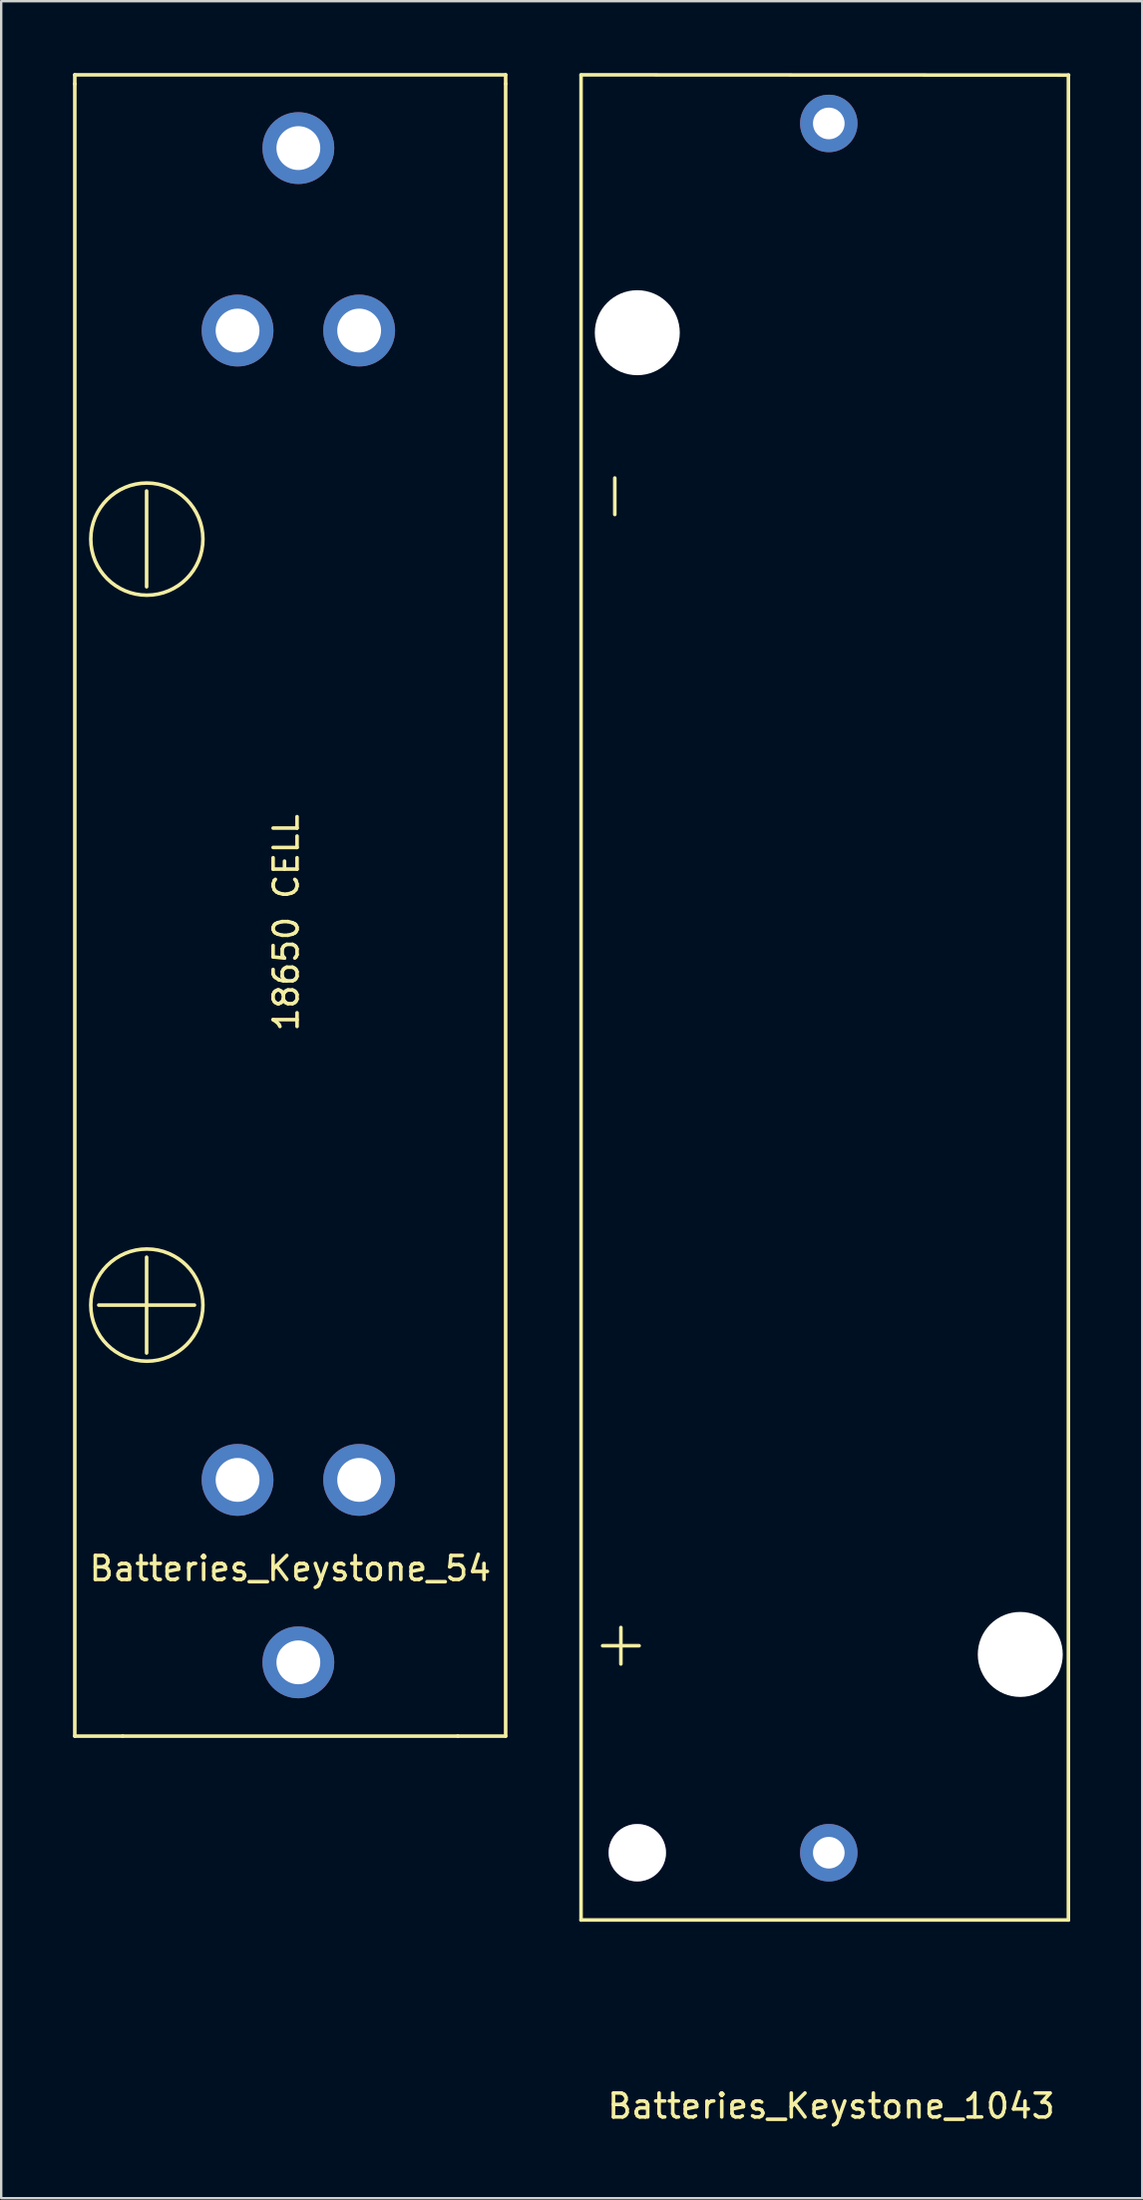
<source format=kicad_pcb>
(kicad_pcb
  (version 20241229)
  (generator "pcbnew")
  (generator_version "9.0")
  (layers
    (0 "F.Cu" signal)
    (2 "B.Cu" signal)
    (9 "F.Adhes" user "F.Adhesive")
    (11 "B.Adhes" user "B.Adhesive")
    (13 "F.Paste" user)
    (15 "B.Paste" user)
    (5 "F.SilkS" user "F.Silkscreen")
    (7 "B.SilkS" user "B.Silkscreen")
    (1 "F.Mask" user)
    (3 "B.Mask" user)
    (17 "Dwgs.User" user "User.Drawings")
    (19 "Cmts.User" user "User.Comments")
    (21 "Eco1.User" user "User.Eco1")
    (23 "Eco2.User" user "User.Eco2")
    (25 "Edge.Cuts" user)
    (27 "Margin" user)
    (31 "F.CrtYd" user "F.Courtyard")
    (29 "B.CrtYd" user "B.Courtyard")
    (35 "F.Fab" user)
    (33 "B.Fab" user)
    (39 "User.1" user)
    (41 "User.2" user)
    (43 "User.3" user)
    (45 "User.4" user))
  (footprint "Batteries_Keystone_54"
    (layer "F.Cu")
    (at 9.075 35.455)
    (property "Reference" "Batteries_Keystone_54" (at 0 27 0) (layer "F.SilkS") (effects (font (size 1 1) (thickness 0.15))))
    (attr through_hole)
    (fp_line (start -9 -35.38) (end -9 -35) (stroke (width 0.15) (type solid)) (layer "F.SilkS"))
    (fp_line (start -9 -35.38) (end 9 -35.38) (stroke (width 0.15) (type solid)) (layer "F.SilkS"))
    (fp_line (start -9 34) (end -9 -35) (stroke (width 0.15) (type solid)) (layer "F.SilkS"))
    (fp_line (start -7 34) (end -9 34) (stroke (width 0.15) (type solid)) (layer "F.SilkS"))
    (fp_line (start -7 34) (end 7 34) (stroke (width 0.15) (type solid)) (layer "F.SilkS"))
    (fp_line (start -6 -18) (end -6 -14) (stroke (width 0.15) (type solid)) (layer "F.SilkS"))
    (fp_line (start -6 16) (end -8 16) (stroke (width 0.15) (type solid)) (layer "F.SilkS"))
    (fp_line (start -6 16) (end -4 16) (stroke (width 0.15) (type solid)) (layer "F.SilkS"))
    (fp_line (start -6 18) (end -6 14) (stroke (width 0.15) (type solid)) (layer "F.SilkS"))
    (fp_line (start 7 34) (end 9 34) (stroke (width 0.15) (type solid)) (layer "F.SilkS"))
    (fp_line (start 9 -35.38) (end 9 -35.01) (stroke (width 0.15) (type solid)) (layer "F.SilkS"))
    (fp_line (start 9 -35) (end 9 34) (stroke (width 0.15) (type solid)) (layer "F.SilkS"))
    (fp_circle (center -5.99 -15.99) (end -4.62 -14.09) (stroke (width 0.15) (type solid)) (fill no) (layer "F.SilkS"))
    (fp_circle (center -5.99 16) (end -4.62 17.9) (stroke (width 0.15) (type solid)) (fill no) (layer "F.SilkS"))
    (fp_text user "18650 CELL" (at -0.17 0.03 90) (layer "F.SilkS") (effects (font (size 1 1) (thickness 0.15))))
    (pad "1" thru_hole circle (at -2.2 23.3) (size 3 3) (drill 1.83) (layers "*.Cu" "*.Mask"))
    (pad "1" thru_hole circle (at 0.34 30.92) (size 3 3) (drill 1.83) (layers "*.Cu" "*.Mask"))
    (pad "1" thru_hole circle (at 2.88 23.3) (size 3 3) (drill 1.83) (layers "*.Cu" "*.Mask"))
    (pad "2" thru_hole circle (at -2.2 -24.7) (size 3 3) (drill 1.83) (layers "*.Cu" "*.Mask"))
    (pad "2" thru_hole circle (at 0.34 -32.32) (size 3 3) (drill 1.83) (layers "*.Cu" "*.Mask"))
    (pad "2" thru_hole circle (at 2.88 -24.7) (size 3 3) (drill 1.83) (layers "*.Cu" "*.Mask")))
  (footprint "Batteries_Keystone_1043"
    (layer "F.Cu")
    (at 31.625 38.605)
    (property "Reference" "Batteries_Keystone_1043" (at 0.05 46.3 0) (layer "F.SilkS") (effects (font (size 1 1) (thickness 0.15))))
    (attr through_hole)
    (fp_line (start -10.4 38.53) (end -10.4 -38.52) (stroke (width 0.15) (type solid)) (layer "F.SilkS"))
    (fp_line (start -10.4 38.53) (end 9.96 38.53) (stroke (width 0.15) (type solid)) (layer "F.SilkS"))
    (fp_line (start -8.99 -21.692) (end -8.99 -20.168) (stroke (width 0.15) (type solid)) (layer "F.SilkS"))
    (fp_line (start -8.736 26.314) (end -8.736 27.838) (stroke (width 0.15) (type solid)) (layer "F.SilkS"))
    (fp_line (start -7.974 27.076) (end -9.498 27.076) (stroke (width 0.15) (type solid)) (layer "F.SilkS"))
    (fp_line (start 9.96 38.53) (end 9.96 -38.52) (stroke (width 0.15) (type solid)) (layer "F.SilkS"))
    (fp_line (start 9.97 -38.52) (end -10.4 -38.53) (stroke (width 0.15) (type solid)) (layer "F.SilkS"))
    (pad "" np_thru_hole circle (at -8.05 -27.76) (size 3.55 3.55) (drill 3.55) (layers "*.Cu" "*.Mask"))
    (pad "" np_thru_hole circle (at -8.05 35.72) (size 2.4 2.4) (drill 2.39) (layers "*.Cu" "*.Mask"))
    (pad "" np_thru_hole circle (at 7.95 27.44) (size 3.55 3.55) (drill 3.55) (layers "*.Cu" "*.Mask"))
    (pad "1" thru_hole circle (at -0.05 35.72) (size 2.4 2.4) (drill 1.32) (layers "*.Cu" "*.Mask"))
    (pad "2" thru_hole circle (at -0.05 -36.5) (size 2.4 2.4) (drill 1.32) (layers "*.Cu" "*.Mask")))
  (gr_rect
    (start -3 -3)
    (end 44.67 88.753)
    (stroke (width 0.1) (type default))
    (fill no)
    (layer "Edge.Cuts")))
</source>
